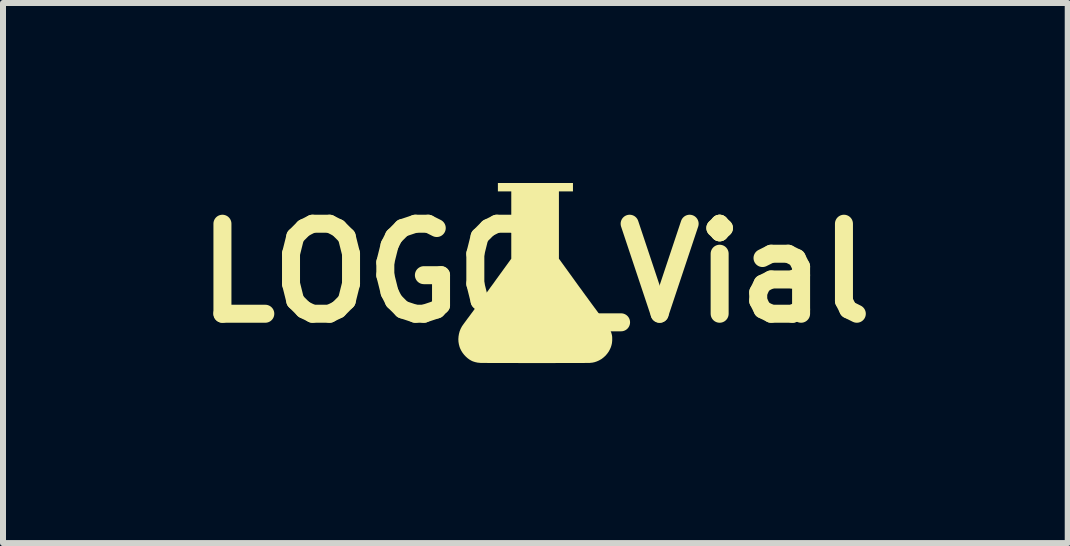
<source format=kicad_pcb>
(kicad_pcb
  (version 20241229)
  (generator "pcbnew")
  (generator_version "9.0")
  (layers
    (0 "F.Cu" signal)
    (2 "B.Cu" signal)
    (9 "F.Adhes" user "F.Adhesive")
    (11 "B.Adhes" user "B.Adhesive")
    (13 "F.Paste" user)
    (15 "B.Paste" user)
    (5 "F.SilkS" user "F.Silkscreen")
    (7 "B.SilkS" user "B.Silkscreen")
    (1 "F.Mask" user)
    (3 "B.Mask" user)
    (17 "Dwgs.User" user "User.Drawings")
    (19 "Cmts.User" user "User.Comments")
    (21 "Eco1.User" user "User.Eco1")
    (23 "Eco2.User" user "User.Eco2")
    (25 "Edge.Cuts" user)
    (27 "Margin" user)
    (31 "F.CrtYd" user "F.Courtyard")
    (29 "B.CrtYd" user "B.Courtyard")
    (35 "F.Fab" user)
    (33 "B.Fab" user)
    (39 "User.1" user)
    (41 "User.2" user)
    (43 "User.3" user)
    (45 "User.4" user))
  (footprint "LOGO_Vial"
    (layer "F.Cu")
    (at 5.871 1.5)
    (property "Reference" "LOGO_Vial" (at 0 0 0) (layer "F.SilkS") (effects (font (size 1.5 1.5) (thickness 0.3))))
    (attr board_only exclude_from_pos_files exclude_from_bom)
    (fp_poly (pts (xy 0.627 -1.43) (xy 0.627 -1.36) (xy 0.51 -1.36) (xy 0.393 -1.36) (xy 0.393 -0.8) (xy 0.393 -0.239) (xy 0.642 0.105) (xy 0.672 0.147) (xy 0.703 0.19) (xy 0.735 0.234) (xy 0.768 0.278) (xy 0.8 0.323) (xy 0.832 0.367) (xy 0.864 0.41) (xy 0.895 0.453) (xy 0.925 0.494) (xy 0.953 0.532) (xy 0.98 0.569) (xy 1.005 0.602) (xy 1.027 0.632) (xy 1.046 0.658) (xy 1.068 0.687) (xy 1.089 0.716) (xy 1.11 0.744) (xy 1.129 0.77) (xy 1.147 0.794) (xy 1.163 0.817) (xy 1.178 0.837) (xy 1.191 0.854) (xy 1.201 0.869) (xy 1.209 0.88) (xy 1.215 0.888) (xy 1.217 0.891) (xy 1.235 0.923) (xy 1.251 0.956) (xy 1.264 0.99) (xy 1.274 1.024) (xy 1.278 1.044) (xy 1.28 1.06) (xy 1.281 1.08) (xy 1.281 1.102) (xy 1.281 1.124) (xy 1.279 1.146) (xy 1.277 1.165) (xy 1.274 1.182) (xy 1.267 1.209) (xy 1.259 1.235) (xy 1.248 1.26) (xy 1.241 1.275) (xy 1.222 1.31) (xy 1.199 1.342) (xy 1.173 1.373) (xy 1.165 1.381) (xy 1.135 1.408) (xy 1.104 1.432) (xy 1.069 1.452) (xy 1.06 1.457) (xy 1.024 1.473) (xy 0.988 1.485) (xy 0.951 1.493) (xy 0.911 1.497) (xy 0.91 1.498) (xy 0.905 1.498) (xy 0.896 1.498) (xy 0.881 1.498) (xy 0.862 1.498) (xy 0.839 1.498) (xy 0.812 1.499) (xy 0.782 1.499) (xy 0.748 1.499) (xy 0.71 1.499) (xy 0.67 1.499) (xy 0.626 1.499) (xy 0.581 1.499) (xy 0.532 1.499) (xy 0.482 1.499) (xy 0.429 1.499) (xy 0.375 1.499) (xy 0.32 1.5) (xy 0.263 1.5) (xy 0.205 1.5) (xy 0.147 1.5) (xy 0.088 1.5) (xy 0.028 1.5) (xy -0.032 1.5) (xy -0.091 1.5) (xy -0.15 1.5) (xy -0.209 1.5) (xy -0.267 1.5) (xy -0.324 1.499) (xy -0.379 1.499) (xy -0.434 1.499) (xy -0.486 1.499) (xy -0.537 1.499) (xy -0.585 1.499) (xy -0.631 1.499) (xy -0.675 1.499) (xy -0.716 1.499) (xy -0.753 1.499) (xy -0.788 1.499) (xy -0.819 1.498) (xy -0.846 1.498) (xy -0.869 1.498) (xy -0.889 1.498) (xy -0.903 1.498) (xy -0.914 1.498) (xy -0.919 1.497) (xy -0.962 1.493) (xy -1.003 1.484) (xy -1.041 1.472) (xy -1.065 1.461) (xy -1.098 1.442) (xy -1.129 1.419) (xy -1.159 1.392) (xy -1.187 1.362) (xy -1.212 1.33) (xy -1.234 1.295) (xy -1.252 1.259) (xy -1.263 1.23) (xy -1.274 1.188) (xy -1.281 1.145) (xy -1.283 1.102) (xy -1.28 1.058) (xy -1.273 1.015) (xy -1.262 0.973) (xy -1.246 0.932) (xy -1.226 0.894) (xy -1.22 0.883) (xy -1.216 0.878) (xy -1.21 0.87) (xy -1.202 0.858) (xy -1.191 0.843) (xy -1.178 0.825) (xy -1.163 0.805) (xy -1.146 0.782) (xy -1.128 0.757) (xy -1.108 0.731) (xy -1.088 0.704) (xy -1.067 0.675) (xy -1.054 0.658) (xy -1.035 0.632) (xy -1.013 0.602) (xy -0.988 0.569) (xy -0.962 0.533) (xy -0.933 0.494) (xy -0.904 0.454) (xy -0.873 0.411) (xy -0.841 0.368) (xy -0.809 0.324) (xy -0.777 0.28) (xy -0.745 0.235) (xy -0.713 0.192) (xy -0.682 0.149) (xy -0.652 0.107) (xy -0.651 0.106) (xy -0.401 -0.239) (xy -0.401 -0.8) (xy -0.401 -1.36) (xy -0.513 -1.36) (xy -0.624 -1.36) (xy -0.624 -1.43) (xy -0.624 -1.5) (xy 0.001 -1.5) (xy 0.627 -1.5)) (stroke (width 0) (type solid)) (fill yes) (layer "F.SilkS")))
  (gr_rect
    (start -3 -3)
    (end 14.743 6)
    (stroke (width 0.1) (type default))
    (fill no)
    (layer "Edge.Cuts")))
</source>
